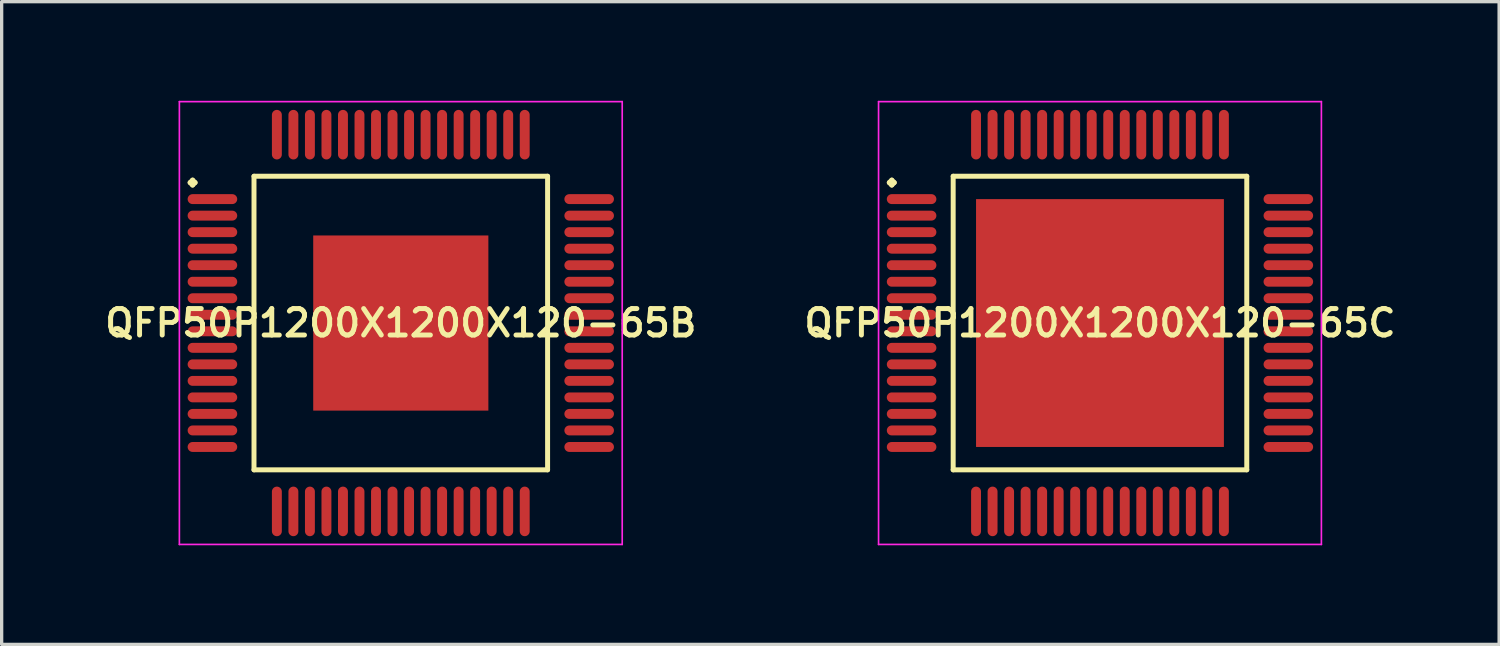
<source format=kicad_pcb>
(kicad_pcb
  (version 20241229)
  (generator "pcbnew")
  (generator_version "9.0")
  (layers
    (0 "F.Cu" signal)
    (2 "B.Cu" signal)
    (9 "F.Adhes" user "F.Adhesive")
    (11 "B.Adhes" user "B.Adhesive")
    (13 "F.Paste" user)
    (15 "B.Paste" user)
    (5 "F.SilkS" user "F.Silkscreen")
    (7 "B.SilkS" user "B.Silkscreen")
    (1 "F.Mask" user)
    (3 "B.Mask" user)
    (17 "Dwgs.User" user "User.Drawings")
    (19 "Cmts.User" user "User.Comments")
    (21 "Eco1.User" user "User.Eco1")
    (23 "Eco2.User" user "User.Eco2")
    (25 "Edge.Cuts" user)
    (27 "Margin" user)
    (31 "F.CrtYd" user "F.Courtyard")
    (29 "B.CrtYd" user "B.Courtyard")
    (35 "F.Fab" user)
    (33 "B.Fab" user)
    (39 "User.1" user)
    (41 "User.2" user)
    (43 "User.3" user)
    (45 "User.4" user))
  (footprint "QFP50P1200X1200X120-65B"
    (layer "F.Cu")
    (at 9.078 6.725)
    (property "Reference" "QFP50P1200X1200X120-65B" (at 0 0 0) (layer "F.SilkS") (effects (font (size 0.8 0.8) (thickness 0.15))))
    (attr smd)
    (fp_line (start -6.375 -4.25) (end -6.3 -4.325) (stroke (width 0.15) (type solid)) (layer "F.SilkS"))
    (fp_line (start -6.3 -4.325) (end -6.225 -4.25) (stroke (width 0.15) (type solid)) (layer "F.SilkS"))
    (fp_line (start -6.3 -4.175) (end -6.375 -4.25) (stroke (width 0.15) (type solid)) (layer "F.SilkS"))
    (fp_line (start -6.225 -4.25) (end -6.3 -4.175) (stroke (width 0.15) (type solid)) (layer "F.SilkS"))
    (fp_line (start -4.442 -4.442) (end -4.442 4.442) (stroke (width 0.15) (type solid)) (layer "F.SilkS"))
    (fp_line (start -4.442 4.442) (end 4.442 4.442) (stroke (width 0.15) (type solid)) (layer "F.SilkS"))
    (fp_line (start 4.442 -4.442) (end -4.442 -4.442) (stroke (width 0.15) (type solid)) (layer "F.SilkS"))
    (fp_line (start 4.442 4.442) (end 4.442 -4.442) (stroke (width 0.15) (type solid)) (layer "F.SilkS"))
    (fp_line (start -6.7 -6.7) (end 6.7 -6.7) (stroke (width 0.05) (type solid)) (layer "F.CrtYd"))
    (fp_line (start -6.7 6.7) (end -6.7 -6.7) (stroke (width 0.05) (type solid)) (layer "F.CrtYd"))
    (fp_line (start 6.7 -6.7) (end 6.7 6.7) (stroke (width 0.05) (type solid)) (layer "F.CrtYd"))
    (fp_line (start 6.7 6.7) (end -6.7 6.7) (stroke (width 0.05) (type solid)) (layer "F.CrtYd"))
    (pad "1" smd oval (at -5.7 -3.75) (size 1.5 0.3) (layers "F.Cu" "F.Mask" "F.Paste"))
    (pad "2" smd oval (at -5.7 -3.25) (size 1.5 0.3) (layers "F.Cu" "F.Mask" "F.Paste"))
    (pad "3" smd oval (at -5.7 -2.75) (size 1.5 0.3) (layers "F.Cu" "F.Mask" "F.Paste"))
    (pad "4" smd oval (at -5.7 -2.25) (size 1.5 0.3) (layers "F.Cu" "F.Mask" "F.Paste"))
    (pad "5" smd oval (at -5.7 -1.75) (size 1.5 0.3) (layers "F.Cu" "F.Mask" "F.Paste"))
    (pad "6" smd oval (at -5.7 -1.25) (size 1.5 0.3) (layers "F.Cu" "F.Mask" "F.Paste"))
    (pad "7" smd oval (at -5.7 -0.75) (size 1.5 0.3) (layers "F.Cu" "F.Mask" "F.Paste"))
    (pad "8" smd oval (at -5.7 -0.25) (size 1.5 0.3) (layers "F.Cu" "F.Mask" "F.Paste"))
    (pad "9" smd oval (at -5.7 0.25) (size 1.5 0.3) (layers "F.Cu" "F.Mask" "F.Paste"))
    (pad "10" smd oval (at -5.7 0.75) (size 1.5 0.3) (layers "F.Cu" "F.Mask" "F.Paste"))
    (pad "11" smd oval (at -5.7 1.25) (size 1.5 0.3) (layers "F.Cu" "F.Mask" "F.Paste"))
    (pad "12" smd oval (at -5.7 1.75) (size 1.5 0.3) (layers "F.Cu" "F.Mask" "F.Paste"))
    (pad "13" smd oval (at -5.7 2.25) (size 1.5 0.3) (layers "F.Cu" "F.Mask" "F.Paste"))
    (pad "14" smd oval (at -5.7 2.75) (size 1.5 0.3) (layers "F.Cu" "F.Mask" "F.Paste"))
    (pad "15" smd oval (at -5.7 3.25) (size 1.5 0.3) (layers "F.Cu" "F.Mask" "F.Paste"))
    (pad "16" smd oval (at -5.7 3.75) (size 1.5 0.3) (layers "F.Cu" "F.Mask" "F.Paste"))
    (pad "17" smd oval (at -3.75 5.7) (size 0.3 1.5) (layers "F.Cu" "F.Mask" "F.Paste"))
    (pad "18" smd oval (at -3.25 5.7) (size 0.3 1.5) (layers "F.Cu" "F.Mask" "F.Paste"))
    (pad "19" smd oval (at -2.75 5.7) (size 0.3 1.5) (layers "F.Cu" "F.Mask" "F.Paste"))
    (pad "20" smd oval (at -2.25 5.7) (size 0.3 1.5) (layers "F.Cu" "F.Mask" "F.Paste"))
    (pad "21" smd oval (at -1.75 5.7) (size 0.3 1.5) (layers "F.Cu" "F.Mask" "F.Paste"))
    (pad "22" smd oval (at -1.25 5.7) (size 0.3 1.5) (layers "F.Cu" "F.Mask" "F.Paste"))
    (pad "23" smd oval (at -0.75 5.7) (size 0.3 1.5) (layers "F.Cu" "F.Mask" "F.Paste"))
    (pad "24" smd oval (at -0.25 5.7) (size 0.3 1.5) (layers "F.Cu" "F.Mask" "F.Paste"))
    (pad "25" smd oval (at 0.25 5.7) (size 0.3 1.5) (layers "F.Cu" "F.Mask" "F.Paste"))
    (pad "26" smd oval (at 0.75 5.7) (size 0.3 1.5) (layers "F.Cu" "F.Mask" "F.Paste"))
    (pad "27" smd oval (at 1.25 5.7) (size 0.3 1.5) (layers "F.Cu" "F.Mask" "F.Paste"))
    (pad "28" smd oval (at 1.75 5.7) (size 0.3 1.5) (layers "F.Cu" "F.Mask" "F.Paste"))
    (pad "29" smd oval (at 2.25 5.7) (size 0.3 1.5) (layers "F.Cu" "F.Mask" "F.Paste"))
    (pad "30" smd oval (at 2.75 5.7) (size 0.3 1.5) (layers "F.Cu" "F.Mask" "F.Paste"))
    (pad "31" smd oval (at 3.25 5.7) (size 0.3 1.5) (layers "F.Cu" "F.Mask" "F.Paste"))
    (pad "32" smd oval (at 3.75 5.7) (size 0.3 1.5) (layers "F.Cu" "F.Mask" "F.Paste"))
    (pad "33" smd oval (at 5.7 3.75) (size 1.5 0.3) (layers "F.Cu" "F.Mask" "F.Paste"))
    (pad "34" smd oval (at 5.7 3.25) (size 1.5 0.3) (layers "F.Cu" "F.Mask" "F.Paste"))
    (pad "35" smd oval (at 5.7 2.75) (size 1.5 0.3) (layers "F.Cu" "F.Mask" "F.Paste"))
    (pad "36" smd oval (at 5.7 2.25) (size 1.5 0.3) (layers "F.Cu" "F.Mask" "F.Paste"))
    (pad "37" smd oval (at 5.7 1.75) (size 1.5 0.3) (layers "F.Cu" "F.Mask" "F.Paste"))
    (pad "38" smd oval (at 5.7 1.25) (size 1.5 0.3) (layers "F.Cu" "F.Mask" "F.Paste"))
    (pad "39" smd oval (at 5.7 0.75) (size 1.5 0.3) (layers "F.Cu" "F.Mask" "F.Paste"))
    (pad "40" smd oval (at 5.7 0.25) (size 1.5 0.3) (layers "F.Cu" "F.Mask" "F.Paste"))
    (pad "41" smd oval (at 5.7 -0.25) (size 1.5 0.3) (layers "F.Cu" "F.Mask" "F.Paste"))
    (pad "42" smd oval (at 5.7 -0.75) (size 1.5 0.3) (layers "F.Cu" "F.Mask" "F.Paste"))
    (pad "43" smd oval (at 5.7 -1.25) (size 1.5 0.3) (layers "F.Cu" "F.Mask" "F.Paste"))
    (pad "44" smd oval (at 5.7 -1.75) (size 1.5 0.3) (layers "F.Cu" "F.Mask" "F.Paste"))
    (pad "45" smd oval (at 5.7 -2.25) (size 1.5 0.3) (layers "F.Cu" "F.Mask" "F.Paste"))
    (pad "46" smd oval (at 5.7 -2.75) (size 1.5 0.3) (layers "F.Cu" "F.Mask" "F.Paste"))
    (pad "47" smd oval (at 5.7 -3.25) (size 1.5 0.3) (layers "F.Cu" "F.Mask" "F.Paste"))
    (pad "48" smd oval (at 5.7 -3.75) (size 1.5 0.3) (layers "F.Cu" "F.Mask" "F.Paste"))
    (pad "49" smd oval (at 3.75 -5.7) (size 0.3 1.5) (layers "F.Cu" "F.Mask" "F.Paste"))
    (pad "50" smd oval (at 3.25 -5.7) (size 0.3 1.5) (layers "F.Cu" "F.Mask" "F.Paste"))
    (pad "51" smd oval (at 2.75 -5.7) (size 0.3 1.5) (layers "F.Cu" "F.Mask" "F.Paste"))
    (pad "52" smd oval (at 2.25 -5.7) (size 0.3 1.5) (layers "F.Cu" "F.Mask" "F.Paste"))
    (pad "53" smd oval (at 1.75 -5.7) (size 0.3 1.5) (layers "F.Cu" "F.Mask" "F.Paste"))
    (pad "54" smd oval (at 1.25 -5.7) (size 0.3 1.5) (layers "F.Cu" "F.Mask" "F.Paste"))
    (pad "55" smd oval (at 0.75 -5.7) (size 0.3 1.5) (layers "F.Cu" "F.Mask" "F.Paste"))
    (pad "56" smd oval (at 0.25 -5.7) (size 0.3 1.5) (layers "F.Cu" "F.Mask" "F.Paste"))
    (pad "57" smd oval (at -0.25 -5.7) (size 0.3 1.5) (layers "F.Cu" "F.Mask" "F.Paste"))
    (pad "58" smd oval (at -0.75 -5.7) (size 0.3 1.5) (layers "F.Cu" "F.Mask" "F.Paste"))
    (pad "59" smd oval (at -1.25 -5.7) (size 0.3 1.5) (layers "F.Cu" "F.Mask" "F.Paste"))
    (pad "60" smd oval (at -1.75 -5.7) (size 0.3 1.5) (layers "F.Cu" "F.Mask" "F.Paste"))
    (pad "61" smd oval (at -2.25 -5.7) (size 0.3 1.5) (layers "F.Cu" "F.Mask" "F.Paste"))
    (pad "62" smd oval (at -2.75 -5.7) (size 0.3 1.5) (layers "F.Cu" "F.Mask" "F.Paste"))
    (pad "63" smd oval (at -3.25 -5.7) (size 0.3 1.5) (layers "F.Cu" "F.Mask" "F.Paste"))
    (pad "64" smd oval (at -3.75 -5.7) (size 0.3 1.5) (layers "F.Cu" "F.Mask" "F.Paste"))
    (pad "65" smd rect (at 0 0) (size 5.3 5.3) (layers "F.Cu" "F.Mask" "F.Paste")))
  (footprint "QFP50P1200X1200X120-65C"
    (layer "F.Cu")
    (at 30.235 6.725)
    (property "Reference" "QFP50P1200X1200X120-65C" (at 0 0 0) (layer "F.SilkS") (effects (font (size 0.8 0.8) (thickness 0.15))))
    (attr smd)
    (fp_line (start -6.375 -4.25) (end -6.3 -4.325) (stroke (width 0.15) (type solid)) (layer "F.SilkS"))
    (fp_line (start -6.3 -4.325) (end -6.225 -4.25) (stroke (width 0.15) (type solid)) (layer "F.SilkS"))
    (fp_line (start -6.3 -4.175) (end -6.375 -4.25) (stroke (width 0.15) (type solid)) (layer "F.SilkS"))
    (fp_line (start -6.225 -4.25) (end -6.3 -4.175) (stroke (width 0.15) (type solid)) (layer "F.SilkS"))
    (fp_line (start -4.442 -4.442) (end -4.442 4.442) (stroke (width 0.15) (type solid)) (layer "F.SilkS"))
    (fp_line (start -4.442 4.442) (end 4.442 4.442) (stroke (width 0.15) (type solid)) (layer "F.SilkS"))
    (fp_line (start 4.442 -4.442) (end -4.442 -4.442) (stroke (width 0.15) (type solid)) (layer "F.SilkS"))
    (fp_line (start 4.442 4.442) (end 4.442 -4.442) (stroke (width 0.15) (type solid)) (layer "F.SilkS"))
    (fp_line (start -6.7 -6.7) (end 6.7 -6.7) (stroke (width 0.05) (type solid)) (layer "F.CrtYd"))
    (fp_line (start -6.7 6.7) (end -6.7 -6.7) (stroke (width 0.05) (type solid)) (layer "F.CrtYd"))
    (fp_line (start 6.7 -6.7) (end 6.7 6.7) (stroke (width 0.05) (type solid)) (layer "F.CrtYd"))
    (fp_line (start 6.7 6.7) (end -6.7 6.7) (stroke (width 0.05) (type solid)) (layer "F.CrtYd"))
    (pad "1" smd oval (at -5.7 -3.75) (size 1.5 0.3) (layers "F.Cu" "F.Mask" "F.Paste"))
    (pad "2" smd oval (at -5.7 -3.25) (size 1.5 0.3) (layers "F.Cu" "F.Mask" "F.Paste"))
    (pad "3" smd oval (at -5.7 -2.75) (size 1.5 0.3) (layers "F.Cu" "F.Mask" "F.Paste"))
    (pad "4" smd oval (at -5.7 -2.25) (size 1.5 0.3) (layers "F.Cu" "F.Mask" "F.Paste"))
    (pad "5" smd oval (at -5.7 -1.75) (size 1.5 0.3) (layers "F.Cu" "F.Mask" "F.Paste"))
    (pad "6" smd oval (at -5.7 -1.25) (size 1.5 0.3) (layers "F.Cu" "F.Mask" "F.Paste"))
    (pad "7" smd oval (at -5.7 -0.75) (size 1.5 0.3) (layers "F.Cu" "F.Mask" "F.Paste"))
    (pad "8" smd oval (at -5.7 -0.25) (size 1.5 0.3) (layers "F.Cu" "F.Mask" "F.Paste"))
    (pad "9" smd oval (at -5.7 0.25) (size 1.5 0.3) (layers "F.Cu" "F.Mask" "F.Paste"))
    (pad "10" smd oval (at -5.7 0.75) (size 1.5 0.3) (layers "F.Cu" "F.Mask" "F.Paste"))
    (pad "11" smd oval (at -5.7 1.25) (size 1.5 0.3) (layers "F.Cu" "F.Mask" "F.Paste"))
    (pad "12" smd oval (at -5.7 1.75) (size 1.5 0.3) (layers "F.Cu" "F.Mask" "F.Paste"))
    (pad "13" smd oval (at -5.7 2.25) (size 1.5 0.3) (layers "F.Cu" "F.Mask" "F.Paste"))
    (pad "14" smd oval (at -5.7 2.75) (size 1.5 0.3) (layers "F.Cu" "F.Mask" "F.Paste"))
    (pad "15" smd oval (at -5.7 3.25) (size 1.5 0.3) (layers "F.Cu" "F.Mask" "F.Paste"))
    (pad "16" smd oval (at -5.7 3.75) (size 1.5 0.3) (layers "F.Cu" "F.Mask" "F.Paste"))
    (pad "17" smd oval (at -3.75 5.7) (size 0.3 1.5) (layers "F.Cu" "F.Mask" "F.Paste"))
    (pad "18" smd oval (at -3.25 5.7) (size 0.3 1.5) (layers "F.Cu" "F.Mask" "F.Paste"))
    (pad "19" smd oval (at -2.75 5.7) (size 0.3 1.5) (layers "F.Cu" "F.Mask" "F.Paste"))
    (pad "20" smd oval (at -2.25 5.7) (size 0.3 1.5) (layers "F.Cu" "F.Mask" "F.Paste"))
    (pad "21" smd oval (at -1.75 5.7) (size 0.3 1.5) (layers "F.Cu" "F.Mask" "F.Paste"))
    (pad "22" smd oval (at -1.25 5.7) (size 0.3 1.5) (layers "F.Cu" "F.Mask" "F.Paste"))
    (pad "23" smd oval (at -0.75 5.7) (size 0.3 1.5) (layers "F.Cu" "F.Mask" "F.Paste"))
    (pad "24" smd oval (at -0.25 5.7) (size 0.3 1.5) (layers "F.Cu" "F.Mask" "F.Paste"))
    (pad "25" smd oval (at 0.25 5.7) (size 0.3 1.5) (layers "F.Cu" "F.Mask" "F.Paste"))
    (pad "26" smd oval (at 0.75 5.7) (size 0.3 1.5) (layers "F.Cu" "F.Mask" "F.Paste"))
    (pad "27" smd oval (at 1.25 5.7) (size 0.3 1.5) (layers "F.Cu" "F.Mask" "F.Paste"))
    (pad "28" smd oval (at 1.75 5.7) (size 0.3 1.5) (layers "F.Cu" "F.Mask" "F.Paste"))
    (pad "29" smd oval (at 2.25 5.7) (size 0.3 1.5) (layers "F.Cu" "F.Mask" "F.Paste"))
    (pad "30" smd oval (at 2.75 5.7) (size 0.3 1.5) (layers "F.Cu" "F.Mask" "F.Paste"))
    (pad "31" smd oval (at 3.25 5.7) (size 0.3 1.5) (layers "F.Cu" "F.Mask" "F.Paste"))
    (pad "32" smd oval (at 3.75 5.7) (size 0.3 1.5) (layers "F.Cu" "F.Mask" "F.Paste"))
    (pad "33" smd oval (at 5.7 3.75) (size 1.5 0.3) (layers "F.Cu" "F.Mask" "F.Paste"))
    (pad "34" smd oval (at 5.7 3.25) (size 1.5 0.3) (layers "F.Cu" "F.Mask" "F.Paste"))
    (pad "35" smd oval (at 5.7 2.75) (size 1.5 0.3) (layers "F.Cu" "F.Mask" "F.Paste"))
    (pad "36" smd oval (at 5.7 2.25) (size 1.5 0.3) (layers "F.Cu" "F.Mask" "F.Paste"))
    (pad "37" smd oval (at 5.7 1.75) (size 1.5 0.3) (layers "F.Cu" "F.Mask" "F.Paste"))
    (pad "38" smd oval (at 5.7 1.25) (size 1.5 0.3) (layers "F.Cu" "F.Mask" "F.Paste"))
    (pad "39" smd oval (at 5.7 0.75) (size 1.5 0.3) (layers "F.Cu" "F.Mask" "F.Paste"))
    (pad "40" smd oval (at 5.7 0.25) (size 1.5 0.3) (layers "F.Cu" "F.Mask" "F.Paste"))
    (pad "41" smd oval (at 5.7 -0.25) (size 1.5 0.3) (layers "F.Cu" "F.Mask" "F.Paste"))
    (pad "42" smd oval (at 5.7 -0.75) (size 1.5 0.3) (layers "F.Cu" "F.Mask" "F.Paste"))
    (pad "43" smd oval (at 5.7 -1.25) (size 1.5 0.3) (layers "F.Cu" "F.Mask" "F.Paste"))
    (pad "44" smd oval (at 5.7 -1.75) (size 1.5 0.3) (layers "F.Cu" "F.Mask" "F.Paste"))
    (pad "45" smd oval (at 5.7 -2.25) (size 1.5 0.3) (layers "F.Cu" "F.Mask" "F.Paste"))
    (pad "46" smd oval (at 5.7 -2.75) (size 1.5 0.3) (layers "F.Cu" "F.Mask" "F.Paste"))
    (pad "47" smd oval (at 5.7 -3.25) (size 1.5 0.3) (layers "F.Cu" "F.Mask" "F.Paste"))
    (pad "48" smd oval (at 5.7 -3.75) (size 1.5 0.3) (layers "F.Cu" "F.Mask" "F.Paste"))
    (pad "49" smd oval (at 3.75 -5.7) (size 0.3 1.5) (layers "F.Cu" "F.Mask" "F.Paste"))
    (pad "50" smd oval (at 3.25 -5.7) (size 0.3 1.5) (layers "F.Cu" "F.Mask" "F.Paste"))
    (pad "51" smd oval (at 2.75 -5.7) (size 0.3 1.5) (layers "F.Cu" "F.Mask" "F.Paste"))
    (pad "52" smd oval (at 2.25 -5.7) (size 0.3 1.5) (layers "F.Cu" "F.Mask" "F.Paste"))
    (pad "53" smd oval (at 1.75 -5.7) (size 0.3 1.5) (layers "F.Cu" "F.Mask" "F.Paste"))
    (pad "54" smd oval (at 1.25 -5.7) (size 0.3 1.5) (layers "F.Cu" "F.Mask" "F.Paste"))
    (pad "55" smd oval (at 0.75 -5.7) (size 0.3 1.5) (layers "F.Cu" "F.Mask" "F.Paste"))
    (pad "56" smd oval (at 0.25 -5.7) (size 0.3 1.5) (layers "F.Cu" "F.Mask" "F.Paste"))
    (pad "57" smd oval (at -0.25 -5.7) (size 0.3 1.5) (layers "F.Cu" "F.Mask" "F.Paste"))
    (pad "58" smd oval (at -0.75 -5.7) (size 0.3 1.5) (layers "F.Cu" "F.Mask" "F.Paste"))
    (pad "59" smd oval (at -1.25 -5.7) (size 0.3 1.5) (layers "F.Cu" "F.Mask" "F.Paste"))
    (pad "60" smd oval (at -1.75 -5.7) (size 0.3 1.5) (layers "F.Cu" "F.Mask" "F.Paste"))
    (pad "61" smd oval (at -2.25 -5.7) (size 0.3 1.5) (layers "F.Cu" "F.Mask" "F.Paste"))
    (pad "62" smd oval (at -2.75 -5.7) (size 0.3 1.5) (layers "F.Cu" "F.Mask" "F.Paste"))
    (pad "63" smd oval (at -3.25 -5.7) (size 0.3 1.5) (layers "F.Cu" "F.Mask" "F.Paste"))
    (pad "64" smd oval (at -3.75 -5.7) (size 0.3 1.5) (layers "F.Cu" "F.Mask" "F.Paste"))
    (pad "65" smd rect (at 0 0) (size 7.5 7.5) (layers "F.Cu" "F.Mask" "F.Paste")))
  (gr_rect
    (start -3 -3)
    (end 42.313 16.45)
    (stroke (width 0.1) (type default))
    (fill no)
    (layer "Edge.Cuts")))
</source>
